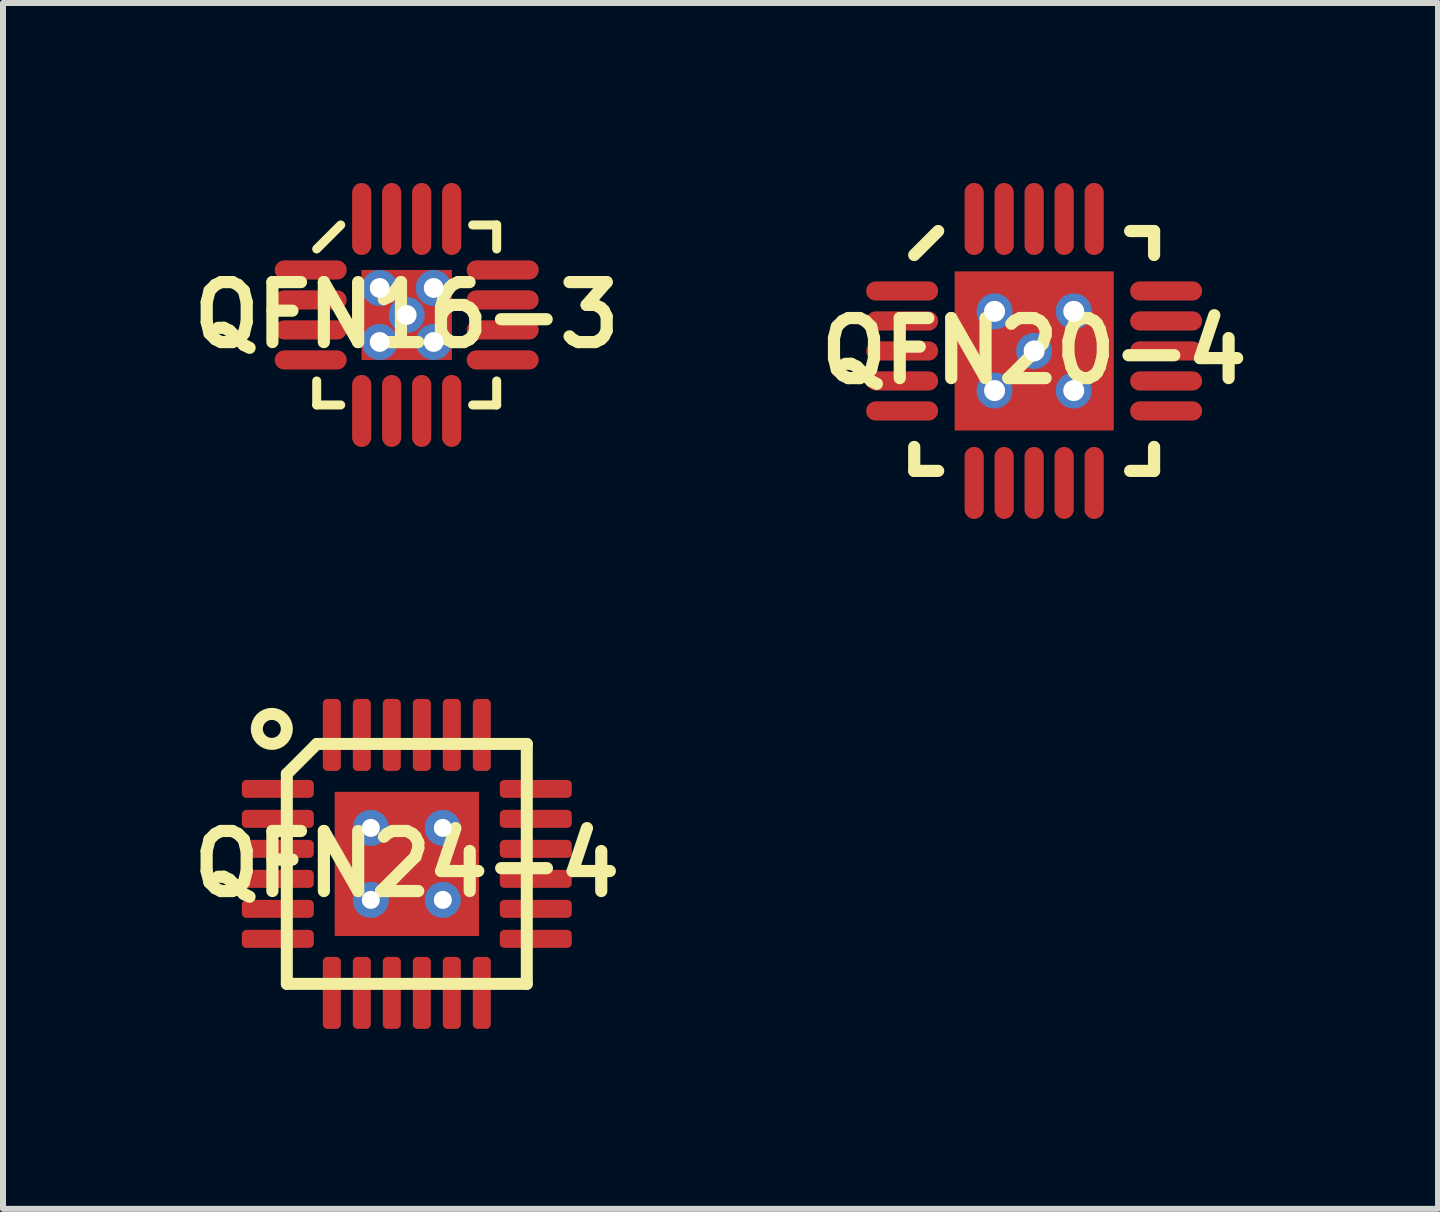
<source format=kicad_pcb>
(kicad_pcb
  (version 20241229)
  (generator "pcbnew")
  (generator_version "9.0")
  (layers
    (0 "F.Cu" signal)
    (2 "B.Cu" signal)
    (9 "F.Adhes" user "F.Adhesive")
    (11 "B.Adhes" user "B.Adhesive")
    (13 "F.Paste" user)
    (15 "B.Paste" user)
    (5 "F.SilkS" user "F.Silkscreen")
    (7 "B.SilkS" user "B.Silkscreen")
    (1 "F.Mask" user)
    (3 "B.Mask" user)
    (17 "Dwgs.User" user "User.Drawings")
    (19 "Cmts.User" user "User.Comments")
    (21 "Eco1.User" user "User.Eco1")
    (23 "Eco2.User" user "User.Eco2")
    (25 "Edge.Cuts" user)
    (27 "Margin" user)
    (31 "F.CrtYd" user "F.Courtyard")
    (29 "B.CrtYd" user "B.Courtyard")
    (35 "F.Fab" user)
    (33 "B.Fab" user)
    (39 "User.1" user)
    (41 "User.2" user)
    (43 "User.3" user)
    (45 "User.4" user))
  (footprint "QFN16-3"
    (layer "F.Cu")
    (at 3.729 2.2)
    (property "Reference" "QFN16-3" (at 0 0 0) (layer "F.SilkS") (effects (font (size 1 1) (thickness 0.203))))
    (attr smd)
    (fp_line (start -1.5 1.5) (end -1.5 1.1) (stroke (width 0.15) (type solid)) (layer "F.SilkS"))
    (fp_line (start -1.5 1.5) (end -1.1 1.5) (stroke (width 0.15) (type solid)) (layer "F.SilkS"))
    (fp_line (start -1.1 -1.5) (end -1.5 -1.1) (stroke (width 0.15) (type solid)) (layer "F.SilkS"))
    (fp_line (start 1.5 -1.5) (end 1.1 -1.5) (stroke (width 0.15) (type solid)) (layer "F.SilkS"))
    (fp_line (start 1.5 -1.5) (end 1.5 -1.1) (stroke (width 0.15) (type solid)) (layer "F.SilkS"))
    (fp_line (start 1.5 1.5) (end 1.1 1.5) (stroke (width 0.15) (type solid)) (layer "F.SilkS"))
    (fp_line (start 1.5 1.5) (end 1.5 1.1) (stroke (width 0.15) (type solid)) (layer "F.SilkS"))
    (pad "0" thru_hole circle (at -0.45 -0.45) (size 0.6 0.6) (drill 0.33) (layers "*.Cu"))
    (pad "0" thru_hole circle (at -0.45 0.45) (size 0.6 0.6) (drill 0.33) (layers "*.Cu"))
    (pad "0" smd rect (at -0.375 -0.375) (size 0.75 0.75) (layers "F.Cu" "F.Paste"))
    (pad "0" smd rect (at -0.375 0.375) (size 0.75 0.75) (layers "F.Cu" "F.Paste"))
    (pad "0" thru_hole circle (at 0 0) (size 0.6 0.6) (drill 0.33) (layers "*.Cu"))
    (pad "0" smd rect (at 0 0) (size 1.5 1.5) (layers "F.Cu" "F.Mask"))
    (pad "0" smd rect (at 0.375 -0.375) (size 0.75 0.75) (layers "F.Cu" "F.Paste"))
    (pad "0" smd rect (at 0.375 0.375) (size 0.75 0.75) (layers "F.Cu" "F.Paste"))
    (pad "0" thru_hole circle (at 0.45 -0.45) (size 0.6 0.6) (drill 0.33) (layers "*.Cu"))
    (pad "0" thru_hole circle (at 0.45 0.45) (size 0.6 0.6) (drill 0.33) (layers "*.Cu"))
    (pad "1" smd oval (at -1.6 -0.75) (size 1.2 0.32) (layers "F.Cu" "F.Mask" "F.Paste"))
    (pad "2" smd oval (at -1.6 -0.25) (size 1.2 0.32) (layers "F.Cu" "F.Mask" "F.Paste"))
    (pad "3" smd oval (at -1.6 0.25) (size 1.2 0.32) (layers "F.Cu" "F.Mask" "F.Paste"))
    (pad "4" smd oval (at -1.6 0.75) (size 1.2 0.32) (layers "F.Cu" "F.Mask" "F.Paste"))
    (pad "5" smd oval (at -0.75 1.6 90) (size 1.2 0.32) (layers "F.Cu" "F.Mask" "F.Paste"))
    (pad "6" smd oval (at -0.25 1.6 90) (size 1.2 0.32) (layers "F.Cu" "F.Mask" "F.Paste"))
    (pad "7" smd oval (at 0.25 1.6 90) (size 1.2 0.32) (layers "F.Cu" "F.Mask" "F.Paste"))
    (pad "8" smd oval (at 0.75 1.6 90) (size 1.2 0.32) (layers "F.Cu" "F.Mask" "F.Paste"))
    (pad "9" smd oval (at 1.6 0.75) (size 1.2 0.32) (layers "F.Cu" "F.Mask" "F.Paste"))
    (pad "10" smd oval (at 1.6 0.25) (size 1.2 0.32) (layers "F.Cu" "F.Mask" "F.Paste"))
    (pad "11" smd oval (at 1.6 -0.25) (size 1.2 0.32) (layers "F.Cu" "F.Mask" "F.Paste"))
    (pad "12" smd oval (at 1.6 -0.75) (size 1.2 0.32) (layers "F.Cu" "F.Mask" "F.Paste"))
    (pad "13" smd oval (at 0.75 -1.6 90) (size 1.2 0.32) (layers "F.Cu" "F.Mask" "F.Paste"))
    (pad "14" smd oval (at 0.25 -1.6 90) (size 1.2 0.32) (layers "F.Cu" "F.Mask" "F.Paste"))
    (pad "15" smd oval (at -0.25 -1.6 90) (size 1.2 0.32) (layers "F.Cu" "F.Mask" "F.Paste"))
    (pad "16" smd oval (at -0.75 -1.6 90) (size 1.2 0.32) (layers "F.Cu" "F.Mask" "F.Paste")))
  (footprint "QFN24-4"
    (layer "F.Cu")
    (at 3.731 11.35)
    (property "Reference" "QFN24-4" (at 0 0 0) (layer "F.SilkS") (effects (font (size 1.001 1.001) (thickness 0.203))))
    (attr smd)
    (fp_line (start -2 -1.5) (end -1.5 -2) (stroke (width 0.2) (type solid)) (layer "F.SilkS"))
    (fp_line (start -2 2) (end -2 -1.5) (stroke (width 0.2) (type solid)) (layer "F.SilkS"))
    (fp_line (start -1.5 -2) (end 2 -2) (stroke (width 0.2) (type solid)) (layer "F.SilkS"))
    (fp_line (start 2 -2) (end 2 2) (stroke (width 0.2) (type solid)) (layer "F.SilkS"))
    (fp_line (start 2 2) (end -2 2) (stroke (width 0.2) (type solid)) (layer "F.SilkS"))
    (fp_circle (center -2.25 -2.25) (end -2 -2.25) (stroke (width 0.2) (type solid)) (fill no) (layer "F.SilkS"))
    (pad "0" smd rect (at -0.8 -0.8) (size 0.8 0.8) (layers "F.Cu" "F.Paste"))
    (pad "0" smd rect (at -0.8 0) (size 0.8 0.8) (layers "F.Cu" "F.Paste"))
    (pad "0" smd rect (at -0.8 0.8) (size 0.8 0.8) (layers "F.Cu" "F.Paste"))
    (pad "0" thru_hole circle (at -0.6 -0.6) (size 0.6 0.6) (drill 0.3) (layers "*.Cu" "B.Mask"))
    (pad "0" thru_hole circle (at -0.6 0.6) (size 0.6 0.6) (drill 0.3) (layers "*.Cu" "B.Mask"))
    (pad "0" smd rect (at 0 -0.8) (size 0.8 0.8) (layers "F.Cu" "F.Paste"))
    (pad "0" smd rect (at 0 0) (size 0.8 0.8) (layers "F.Cu" "F.Paste"))
    (pad "0" smd rect (at 0 0) (size 2.4 2.4) (layers "F.Cu" "F.Mask"))
    (pad "0" smd rect (at 0 0.8) (size 0.8 0.8) (layers "F.Cu" "F.Paste"))
    (pad "0" thru_hole circle (at 0.6 -0.6) (size 0.6 0.6) (drill 0.3) (layers "*.Cu" "B.Mask"))
    (pad "0" thru_hole circle (at 0.6 0.6) (size 0.6 0.6) (drill 0.3) (layers "*.Cu" "B.Mask"))
    (pad "0" smd rect (at 0.8 -0.8) (size 0.8 0.8) (layers "F.Cu" "F.Paste"))
    (pad "0" smd rect (at 0.8 0) (size 0.8 0.8) (layers "F.Cu" "F.Paste"))
    (pad "0" smd rect (at 0.8 0.8) (size 0.8 0.8) (layers "F.Cu" "F.Paste"))
    (pad "1" smd roundrect (at -2.15 -1.25) (size 1.2 0.3) (layers "F.Cu" "F.Mask" "F.Paste") (roundrect_rratio 0.25))
    (pad "2" smd roundrect (at -2.15 -0.75) (size 1.2 0.3) (layers "F.Cu" "F.Mask" "F.Paste") (roundrect_rratio 0.25))
    (pad "3" smd roundrect (at -2.15 -0.25) (size 1.2 0.3) (layers "F.Cu" "F.Mask" "F.Paste") (roundrect_rratio 0.25))
    (pad "4" smd roundrect (at -2.15 0.25) (size 1.2 0.3) (layers "F.Cu" "F.Mask" "F.Paste") (roundrect_rratio 0.25))
    (pad "5" smd roundrect (at -2.15 0.75) (size 1.2 0.3) (layers "F.Cu" "F.Mask" "F.Paste") (roundrect_rratio 0.25))
    (pad "6" smd roundrect (at -2.15 1.25) (size 1.2 0.3) (layers "F.Cu" "F.Mask" "F.Paste") (roundrect_rratio 0.25))
    (pad "7" smd roundrect (at -1.25 2.15 90) (size 1.2 0.3) (layers "F.Cu" "F.Mask" "F.Paste") (roundrect_rratio 0.25))
    (pad "8" smd roundrect (at -0.75 2.15 90) (size 1.2 0.3) (layers "F.Cu" "F.Mask" "F.Paste") (roundrect_rratio 0.25))
    (pad "9" smd roundrect (at -0.25 2.15 90) (size 1.2 0.3) (layers "F.Cu" "F.Mask" "F.Paste") (roundrect_rratio 0.25))
    (pad "10" smd roundrect (at 0.25 2.15 90) (size 1.2 0.3) (layers "F.Cu" "F.Mask" "F.Paste") (roundrect_rratio 0.25))
    (pad "11" smd roundrect (at 0.75 2.15 90) (size 1.2 0.3) (layers "F.Cu" "F.Mask" "F.Paste") (roundrect_rratio 0.25))
    (pad "12" smd roundrect (at 1.25 2.15 90) (size 1.2 0.3) (layers "F.Cu" "F.Mask" "F.Paste") (roundrect_rratio 0.25))
    (pad "13" smd roundrect (at 2.15 1.25) (size 1.2 0.3) (layers "F.Cu" "F.Mask" "F.Paste") (roundrect_rratio 0.25))
    (pad "14" smd roundrect (at 2.15 0.75) (size 1.2 0.3) (layers "F.Cu" "F.Mask" "F.Paste") (roundrect_rratio 0.25))
    (pad "15" smd roundrect (at 2.15 0.25) (size 1.2 0.3) (layers "F.Cu" "F.Mask" "F.Paste") (roundrect_rratio 0.25))
    (pad "16" smd roundrect (at 2.15 -0.25) (size 1.2 0.3) (layers "F.Cu" "F.Mask" "F.Paste") (roundrect_rratio 0.25))
    (pad "17" smd roundrect (at 2.15 -0.75) (size 1.2 0.3) (layers "F.Cu" "F.Mask" "F.Paste") (roundrect_rratio 0.25))
    (pad "18" smd roundrect (at 2.15 -1.25) (size 1.2 0.3) (layers "F.Cu" "F.Mask" "F.Paste") (roundrect_rratio 0.25))
    (pad "19" smd roundrect (at 1.25 -2.15 90) (size 1.2 0.3) (layers "F.Cu" "F.Mask" "F.Paste") (roundrect_rratio 0.25))
    (pad "20" smd roundrect (at 0.75 -2.15 90) (size 1.2 0.3) (layers "F.Cu" "F.Mask" "F.Paste") (roundrect_rratio 0.25))
    (pad "21" smd roundrect (at 0.25 -2.15 90) (size 1.2 0.3) (layers "F.Cu" "F.Mask" "F.Paste") (roundrect_rratio 0.25))
    (pad "22" smd roundrect (at -0.25 -2.15 90) (size 1.2 0.3) (layers "F.Cu" "F.Mask" "F.Paste") (roundrect_rratio 0.25))
    (pad "23" smd roundrect (at -0.75 -2.15 90) (size 1.2 0.3) (layers "F.Cu" "F.Mask" "F.Paste") (roundrect_rratio 0.25))
    (pad "24" smd roundrect (at -1.25 -2.15 90) (size 1.2 0.3) (layers "F.Cu" "F.Mask" "F.Paste") (roundrect_rratio 0.25)))
  (footprint "QFN20-4"
    (layer "F.Cu")
    (at 14.188 2.8)
    (property "Reference" "QFN20-4" (at 0 0 0) (layer "F.SilkS") (effects (font (size 1.001 1.001) (thickness 0.203))))
    (attr smd)
    (fp_line (start -1.999 1.6) (end -1.999 1.999) (stroke (width 0.203) (type solid)) (layer "F.SilkS"))
    (fp_line (start -1.999 1.999) (end -1.6 1.999) (stroke (width 0.203) (type solid)) (layer "F.SilkS"))
    (fp_line (start -1.6 -1.999) (end -1.999 -1.6) (stroke (width 0.203) (type solid)) (layer "F.SilkS"))
    (fp_line (start 1.6 1.999) (end 1.999 1.999) (stroke (width 0.203) (type solid)) (layer "F.SilkS"))
    (fp_line (start 1.999 -1.999) (end 1.6 -1.999) (stroke (width 0.203) (type solid)) (layer "F.SilkS"))
    (fp_line (start 1.999 -1.6) (end 1.999 -1.999) (stroke (width 0.203) (type solid)) (layer "F.SilkS"))
    (fp_line (start 1.999 1.999) (end 1.999 1.6) (stroke (width 0.203) (type solid)) (layer "F.SilkS"))
    (pad "0" thru_hole circle (at -0.66 -0.66) (size 0.6 0.6) (drill 0.35) (layers "*.Cu" "B.Mask"))
    (pad "0" smd rect (at -0.66 -0.66) (size 1.32 1.32) (layers "F.Cu" "F.Paste"))
    (pad "0" thru_hole circle (at -0.66 0.66) (size 0.6 0.6) (drill 0.35) (layers "*.Cu" "B.Mask"))
    (pad "0" smd rect (at -0.66 0.66) (size 1.32 1.32) (layers "F.Cu" "F.Paste"))
    (pad "0" thru_hole circle (at 0 0) (size 0.6 0.6) (drill 0.35) (layers "*.Cu" "B.Mask"))
    (pad "0" smd rect (at 0 0) (size 2.65 2.65) (layers "F.Cu" "F.Mask"))
    (pad "0" thru_hole circle (at 0.66 -0.66) (size 0.6 0.6) (drill 0.35) (layers "*.Cu" "B.Mask"))
    (pad "0" smd rect (at 0.66 -0.66) (size 1.32 1.32) (layers "F.Cu" "F.Paste"))
    (pad "0" thru_hole circle (at 0.66 0.66) (size 0.6 0.6) (drill 0.35) (layers "*.Cu" "B.Mask"))
    (pad "0" smd rect (at 0.66 0.66) (size 1.32 1.32) (layers "F.Cu" "F.Paste"))
    (pad "1" smd oval (at -2.2 -1) (size 1.2 0.32) (layers "F.Cu" "F.Mask" "F.Paste"))
    (pad "2" smd oval (at -2.2 -0.5) (size 1.2 0.32) (layers "F.Cu" "F.Mask" "F.Paste"))
    (pad "3" smd oval (at -2.2 0) (size 1.2 0.32) (layers "F.Cu" "F.Mask" "F.Paste"))
    (pad "4" smd oval (at -2.2 0.5) (size 1.2 0.32) (layers "F.Cu" "F.Mask" "F.Paste"))
    (pad "5" smd oval (at -2.2 1) (size 1.2 0.32) (layers "F.Cu" "F.Mask" "F.Paste"))
    (pad "6" smd oval (at -1 2.2 90) (size 1.2 0.32) (layers "F.Cu" "F.Mask" "F.Paste"))
    (pad "7" smd oval (at -0.5 2.2 90) (size 1.2 0.32) (layers "F.Cu" "F.Mask" "F.Paste"))
    (pad "8" smd oval (at 0 2.2 90) (size 1.2 0.32) (layers "F.Cu" "F.Mask" "F.Paste"))
    (pad "9" smd oval (at 0.5 2.2 90) (size 1.2 0.32) (layers "F.Cu" "F.Mask" "F.Paste"))
    (pad "10" smd oval (at 1 2.2 90) (size 1.2 0.32) (layers "F.Cu" "F.Mask" "F.Paste"))
    (pad "11" smd oval (at 2.2 1) (size 1.2 0.32) (layers "F.Cu" "F.Mask" "F.Paste"))
    (pad "12" smd oval (at 2.2 0.5) (size 1.2 0.32) (layers "F.Cu" "F.Mask" "F.Paste"))
    (pad "13" smd oval (at 2.2 0) (size 1.2 0.32) (layers "F.Cu" "F.Mask" "F.Paste"))
    (pad "14" smd oval (at 2.2 -0.5) (size 1.2 0.32) (layers "F.Cu" "F.Mask" "F.Paste"))
    (pad "15" smd oval (at 2.2 -1) (size 1.2 0.32) (layers "F.Cu" "F.Mask" "F.Paste"))
    (pad "16" smd oval (at 1 -2.2 90) (size 1.2 0.32) (layers "F.Cu" "F.Mask" "F.Paste"))
    (pad "17" smd oval (at 0.5 -2.2 90) (size 1.2 0.32) (layers "F.Cu" "F.Mask" "F.Paste"))
    (pad "18" smd oval (at 0 -2.2 90) (size 1.2 0.32) (layers "F.Cu" "F.Mask" "F.Paste"))
    (pad "19" smd oval (at -0.5 -2.2 90) (size 1.2 0.32) (layers "F.Cu" "F.Mask" "F.Paste"))
    (pad "20" smd oval (at -1 -2.2 90) (size 1.2 0.32) (layers "F.Cu" "F.Mask" "F.Paste")))
  (gr_rect
    (start -3 -3)
    (end 20.92 17.1)
    (stroke (width 0.1) (type default))
    (fill no)
    (layer "Edge.Cuts")))
</source>
